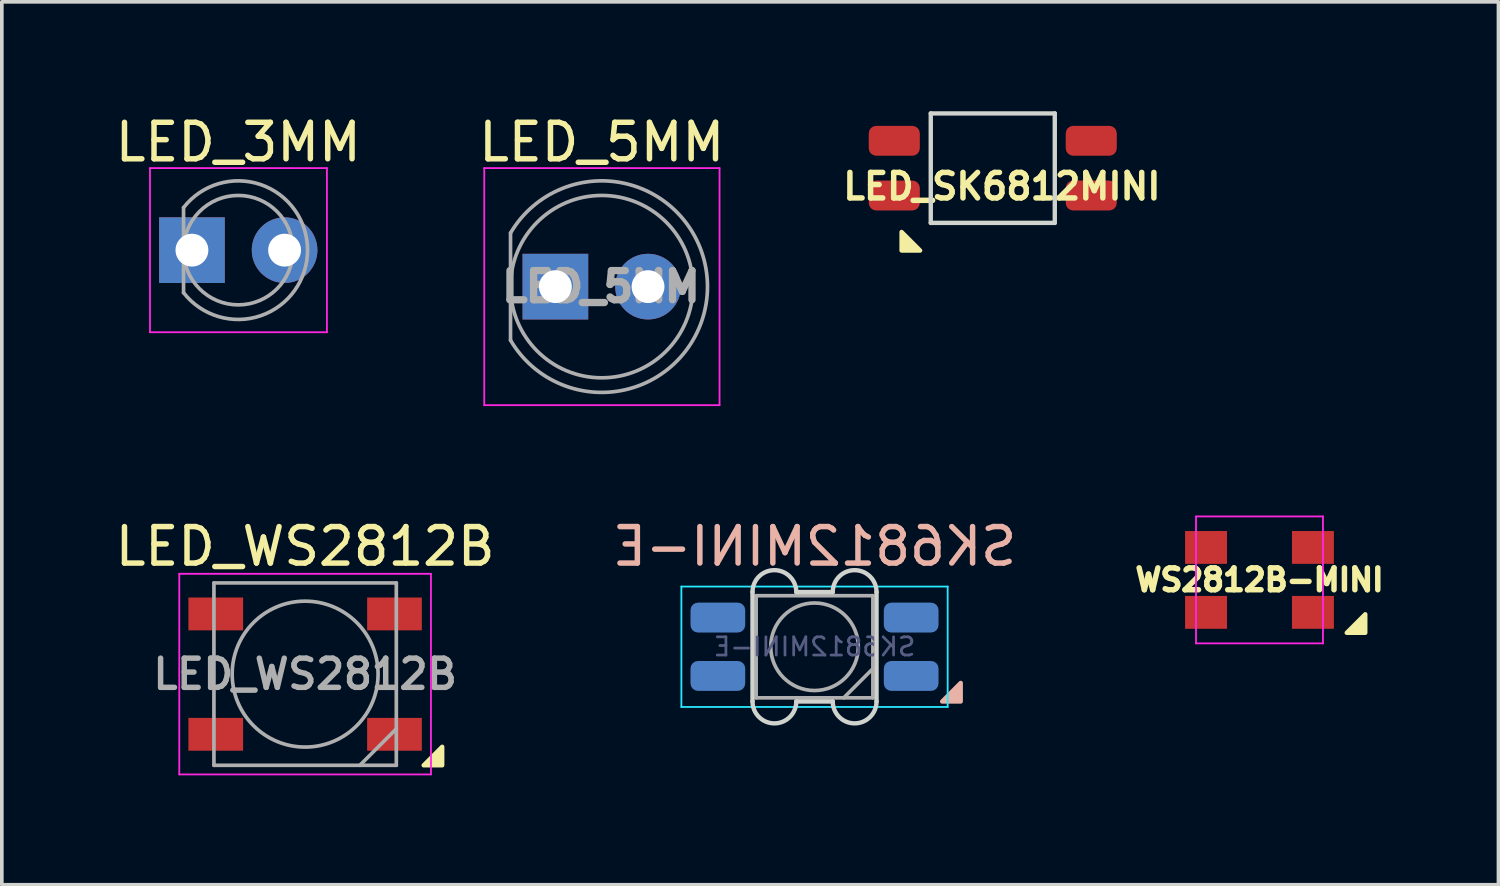
<source format=kicad_pcb>
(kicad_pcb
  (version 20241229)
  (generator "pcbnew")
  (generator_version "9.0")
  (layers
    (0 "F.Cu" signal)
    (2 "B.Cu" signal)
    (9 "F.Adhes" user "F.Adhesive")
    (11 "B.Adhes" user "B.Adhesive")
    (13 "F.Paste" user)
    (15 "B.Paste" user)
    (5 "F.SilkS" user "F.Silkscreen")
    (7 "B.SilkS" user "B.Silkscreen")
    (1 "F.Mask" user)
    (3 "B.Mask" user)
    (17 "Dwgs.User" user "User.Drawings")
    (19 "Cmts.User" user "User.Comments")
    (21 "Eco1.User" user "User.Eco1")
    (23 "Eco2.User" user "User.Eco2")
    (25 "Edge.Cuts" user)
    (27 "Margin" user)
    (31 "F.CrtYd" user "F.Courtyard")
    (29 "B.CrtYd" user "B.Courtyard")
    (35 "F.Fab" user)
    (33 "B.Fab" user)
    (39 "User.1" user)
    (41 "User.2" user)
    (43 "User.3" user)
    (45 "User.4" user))
  (footprint "SK6812MINI-E"
    (layer "F.Cu")
    (at 19.28 14.681)
    (property "Reference" "SK6812MINI-E" (at 0 -2.75 0) (layer "B.SilkS") (effects (font (size 1 1) (thickness 0.15)) (justify mirror)))
    (attr smd)
    (fp_poly (pts (xy 4.008 1.5) (xy 3.5 1.5) (xy 4.008 0.992)) (stroke (width 0.12) (type solid)) (fill yes) (layer "B.SilkS"))
    (fp_line (start -1.7 1.5) (end -1.7 -1.5) (stroke (width 0.12) (type solid)) (layer "Edge.Cuts"))
    (fp_line (start -0.5 -1.5) (end 0.5 -1.5) (stroke (width 0.12) (type solid)) (layer "Edge.Cuts"))
    (fp_line (start -0.5 1.5) (end 0.5 1.5) (stroke (width 0.12) (type solid)) (layer "Edge.Cuts"))
    (fp_line (start 1.7 -1.5) (end 1.7 1.5) (stroke (width 0.12) (type solid)) (layer "Edge.Cuts"))
    (fp_arc (start -1.7 -1.5) (mid -1.1 -2.1) (end -0.5 -1.5) (stroke (width 0.12) (type solid)) (layer "Edge.Cuts"))
    (fp_arc (start -0.5 1.5) (mid -1.1 2.1) (end -1.7 1.5) (stroke (width 0.12) (type solid)) (layer "Edge.Cuts"))
    (fp_arc (start 0.5 -1.5) (mid 1.1 -2.1) (end 1.7 -1.5) (stroke (width 0.12) (type solid)) (layer "Edge.Cuts"))
    (fp_arc (start 1.7 1.5) (mid 1.1 2.1) (end 0.5 1.5) (stroke (width 0.12) (type solid)) (layer "Edge.Cuts"))
    (fp_line (start -3.65 -1.65) (end -3.65 1.65) (stroke (width 0.05) (type solid)) (layer "B.CrtYd"))
    (fp_line (start -3.65 1.65) (end 3.65 1.65) (stroke (width 0.05) (type solid)) (layer "B.CrtYd"))
    (fp_line (start 3.65 -1.65) (end -3.65 -1.65) (stroke (width 0.05) (type solid)) (layer "B.CrtYd"))
    (fp_line (start 3.65 1.65) (end 3.65 -1.65) (stroke (width 0.05) (type solid)) (layer "B.CrtYd"))
    (fp_line (start -1.6 -1.4) (end 1.6 -1.4) (stroke (width 0.1) (type solid)) (layer "F.Fab"))
    (fp_line (start -1.6 1.4) (end 1.6 1.4) (stroke (width 0.1) (type solid)) (layer "F.Fab"))
    (fp_line (start 1.6 0.6) (end 0.8 1.4) (stroke (width 0.1) (type solid)) (layer "F.Fab"))
    (fp_rect (start -1.6 -1.4) (end -1.6 1.4) (stroke (width 0.1) (type solid)) (fill no) (layer "F.Fab"))
    (fp_rect (start 1.6 1.4) (end 1.6 -1.4) (stroke (width 0.1) (type solid)) (fill no) (layer "F.Fab"))
    (fp_circle (center 0 0) (end 1.2 0) (stroke (width 0.1) (type solid)) (fill no) (layer "F.Fab"))
    (fp_text user "${REFERENCE}" (at 0 0 0) (layer "B.Fab") (effects (font (size 0.5 0.5) (thickness 0.075)) (justify mirror)))
    (pad "1" smd roundrect (at -2.65 -0.8) (size 1.5 0.82) (layers "B.Cu" "B.Mask" "B.Paste") (roundrect_rratio 0.25))
    (pad "2" smd roundrect (at -2.65 0.8) (size 1.5 0.82) (layers "B.Cu" "B.Mask" "B.Paste") (roundrect_rratio 0.25))
    (pad "3" smd roundrect (at 2.65 0.8) (size 1.5 0.82) (layers "B.Cu" "B.Mask" "B.Paste") (roundrect_rratio 0.25))
    (pad "4" smd roundrect (at 2.65 -0.8) (size 1.5 0.82) (layers "B.Cu" "B.Mask" "B.Paste") (roundrect_rratio 0.25)))
  (footprint "WS2812B-MINI"
    (layer "F.Cu")
    (at 31.479 12.848)
    (property "Reference" "WS2812B-MINI" (at 0 0 180) (layer "F.SilkS") (effects (font (size 0.6 0.6) (thickness 0.15))))
    (attr smd)
    (fp_poly (pts (xy 2.9 1.45) (xy 2.392 1.45) (xy 2.9 0.942)) (stroke (width 0.12) (type solid)) (fill yes) (layer "F.SilkS"))
    (fp_line (start -1.74 1.74) (end -1.74 -1.74) (stroke (width 0.05) (type solid)) (layer "F.CrtYd"))
    (fp_line (start -1.74 1.74) (end 1.74 1.74) (stroke (width 0.05) (type solid)) (layer "F.CrtYd"))
    (fp_line (start 1.74 -1.74) (end -1.74 -1.74) (stroke (width 0.05) (type solid)) (layer "F.CrtYd"))
    (fp_line (start 1.74 1.74) (end 1.74 -1.74) (stroke (width 0.05) (type solid)) (layer "F.CrtYd"))
    (pad "1" smd rect (at -1.465 -0.89 90) (size 0.9 1.15) (layers "F.Cu" "F.Mask" "F.Paste"))
    (pad "2" smd rect (at -1.465 0.89 90) (size 0.9 1.15) (layers "F.Cu" "F.Mask" "F.Paste"))
    (pad "3" smd rect (at 1.465 0.89 90) (size 0.9 1.15) (layers "F.Cu" "F.Mask" "F.Paste"))
    (pad "4" smd rect (at 1.465 -0.89 90) (size 0.9 1.15) (layers "F.Cu" "F.Mask" "F.Paste")))
  (footprint "LED_SK6812MINI"
    (layer "F.Cu")
    (at 24.167 1.56)
    (property "Reference" "LED_SK6812MINI" (at 0.25 0.5 0) (unlocked yes) (layer "F.SilkS") (effects (font (size 0.7 0.7) (thickness 0.15))))
    (attr through_hole)
    (fp_poly (pts (xy -2.5 2.258) (xy -2.5 1.75) (xy -1.992 2.258)) (stroke (width 0.12) (type solid)) (fill yes) (layer "F.SilkS"))
    (fp_line (start -1.7 -1.5) (end -1.7 1.5) (stroke (width 0.12) (type solid)) (layer "Edge.Cuts"))
    (fp_line (start -1.7 1.5) (end 1.7 1.5) (stroke (width 0.12) (type solid)) (layer "Edge.Cuts"))
    (fp_line (start 1.7 -1.5) (end -1.7 -1.5) (stroke (width 0.12) (type solid)) (layer "Edge.Cuts"))
    (fp_line (start 1.7 1.5) (end 1.7 -1.5) (stroke (width 0.12) (type solid)) (layer "Edge.Cuts"))
    (pad "1" smd roundrect (at 2.7 -0.75) (size 1.4 0.82) (layers "F.Cu" "F.Mask" "F.Paste") (roundrect_rratio 0.25))
    (pad "2" smd roundrect (at 2.7 0.75) (size 1.4 0.82) (layers "F.Cu" "F.Mask" "F.Paste") (roundrect_rratio 0.25))
    (pad "3" smd roundrect (at -2.7 0.75) (size 1.4 0.82) (layers "F.Cu" "F.Mask" "F.Paste") (roundrect_rratio 0.25))
    (pad "4" smd roundrect (at -2.7 -0.75) (size 1.4 0.82) (layers "F.Cu" "F.Mask" "F.Paste") (roundrect_rratio 0.25)))
  (footprint "LED_3MM"
    (layer "F.Cu")
    (at 2.212 3.808)
    (property "Reference" "LED_3MM" (at 1.27 -2.96 0) (layer "F.SilkS") (effects (font (size 1 1) (thickness 0.15))))
    (attr through_hole)
    (fp_line (start -1.15 -2.25) (end -1.15 2.25) (stroke (width 0.05) (type solid)) (layer "F.CrtYd"))
    (fp_line (start -1.15 2.25) (end 3.7 2.25) (stroke (width 0.05) (type solid)) (layer "F.CrtYd"))
    (fp_line (start 3.7 -2.25) (end -1.15 -2.25) (stroke (width 0.05) (type solid)) (layer "F.CrtYd"))
    (fp_line (start 3.7 2.25) (end 3.7 -2.25) (stroke (width 0.05) (type solid)) (layer "F.CrtYd"))
    (fp_line (start -0.23 -1.166) (end -0.23 1.166) (stroke (width 0.1) (type solid)) (layer "F.Fab"))
    (fp_arc (start -0.23 -1.16619) (mid 3.17 0.000452) (end -0.230555 1.165476) (stroke (width 0.1) (type solid)) (layer "F.Fab"))
    (fp_circle (center 1.27 0) (end 2.77 0) (stroke (width 0.1) (type solid)) (fill no) (layer "F.Fab"))
    (pad "A" thru_hole circle (at 2.54 0) (size 1.8 1.8) (drill 0.9) (layers "*.Cu" "*.Mask"))
    (pad "K" thru_hole rect (at 0 0) (size 1.8 1.8) (drill 0.9) (layers "*.Cu" "*.Mask")))
  (footprint "LED_WS2812B"
    (layer "F.Cu")
    (at 5.315 15.431)
    (property "Reference" "LED_WS2812B" (at 0 -3.5 0) (layer "F.SilkS") (effects (font (size 1 1) (thickness 0.15))))
    (attr smd)
    (fp_poly (pts (xy 3.758 2.5) (xy 3.25 2.5) (xy 3.758 1.992)) (stroke (width 0.12) (type solid)) (fill yes) (layer "F.SilkS"))
    (fp_line (start -3.45 -2.75) (end -3.45 2.75) (stroke (width 0.05) (type solid)) (layer "F.CrtYd"))
    (fp_line (start -3.45 2.75) (end 3.45 2.75) (stroke (width 0.05) (type solid)) (layer "F.CrtYd"))
    (fp_line (start 3.45 -2.75) (end -3.45 -2.75) (stroke (width 0.05) (type solid)) (layer "F.CrtYd"))
    (fp_line (start 3.45 2.75) (end 3.45 -2.75) (stroke (width 0.05) (type solid)) (layer "F.CrtYd"))
    (fp_line (start -2.5 -2.5) (end -2.5 2.5) (stroke (width 0.1) (type solid)) (layer "F.Fab"))
    (fp_line (start -2.5 2.5) (end 2.5 2.5) (stroke (width 0.1) (type solid)) (layer "F.Fab"))
    (fp_line (start 2.5 -2.5) (end -2.5 -2.5) (stroke (width 0.1) (type solid)) (layer "F.Fab"))
    (fp_line (start 2.5 1.5) (end 1.5 2.5) (stroke (width 0.1) (type solid)) (layer "F.Fab"))
    (fp_line (start 2.5 2.5) (end 2.5 -2.5) (stroke (width 0.1) (type solid)) (layer "F.Fab"))
    (fp_circle (center 0 0) (end 0 -2) (stroke (width 0.1) (type solid)) (fill no) (layer "F.Fab"))
    (fp_text user "${REFERENCE}" (at 0 0 0) (layer "F.Fab") (effects (font (size 0.8 0.8) (thickness 0.15))))
    (pad "1" smd rect (at -2.45 -1.65) (size 1.5 0.9) (layers "F.Cu" "F.Mask" "F.Paste"))
    (pad "2" smd rect (at -2.45 1.65) (size 1.5 0.9) (layers "F.Cu" "F.Mask" "F.Paste"))
    (pad "3" smd rect (at 2.45 1.65) (size 1.5 0.9) (layers "F.Cu" "F.Mask" "F.Paste"))
    (pad "4" smd rect (at 2.45 -1.65) (size 1.5 0.9) (layers "F.Cu" "F.Mask" "F.Paste")))
  (footprint "LED_5MM"
    (layer "F.Cu")
    (at 12.176 4.808)
    (property "Reference" "LED_5MM" (at 1.27 -3.96 0) (layer "F.SilkS") (effects (font (size 1 1) (thickness 0.15))))
    (attr through_hole)
    (fp_line (start -1.95 -3.25) (end -1.95 3.25) (stroke (width 0.05) (type solid)) (layer "F.CrtYd"))
    (fp_line (start -1.95 3.25) (end 4.5 3.25) (stroke (width 0.05) (type solid)) (layer "F.CrtYd"))
    (fp_line (start 4.5 -3.25) (end -1.95 -3.25) (stroke (width 0.05) (type solid)) (layer "F.CrtYd"))
    (fp_line (start 4.5 3.25) (end 4.5 -3.25) (stroke (width 0.05) (type solid)) (layer "F.CrtYd"))
    (fp_line (start -1.23 -1.47) (end -1.23 1.47) (stroke (width 0.1) (type solid)) (layer "F.Fab"))
    (fp_arc (start -1.23 -1.469694) (mid 4.17 0.000016) (end -1.230016 1.469666) (stroke (width 0.1) (type solid)) (layer "F.Fab"))
    (fp_circle (center 1.27 0) (end 3.77 0) (stroke (width 0.1) (type solid)) (fill no) (layer "F.Fab"))
    (fp_text user "${REFERENCE}" (at 1.25 0 0) (layer "F.Fab") (effects (font (size 0.8 0.8) (thickness 0.2))))
    (pad "A" thru_hole circle (at 2.54 0) (size 1.8 1.8) (drill 0.9) (layers "*.Cu" "*.Mask"))
    (pad "K" thru_hole rect (at 0 0) (size 1.8 1.8) (drill 0.9) (layers "*.Cu" "*.Mask")))
  (gr_rect
    (start -3 -3)
    (end 38.03 21.206)
    (stroke (width 0.1) (type default))
    (fill no)
    (layer "Edge.Cuts")))
</source>
